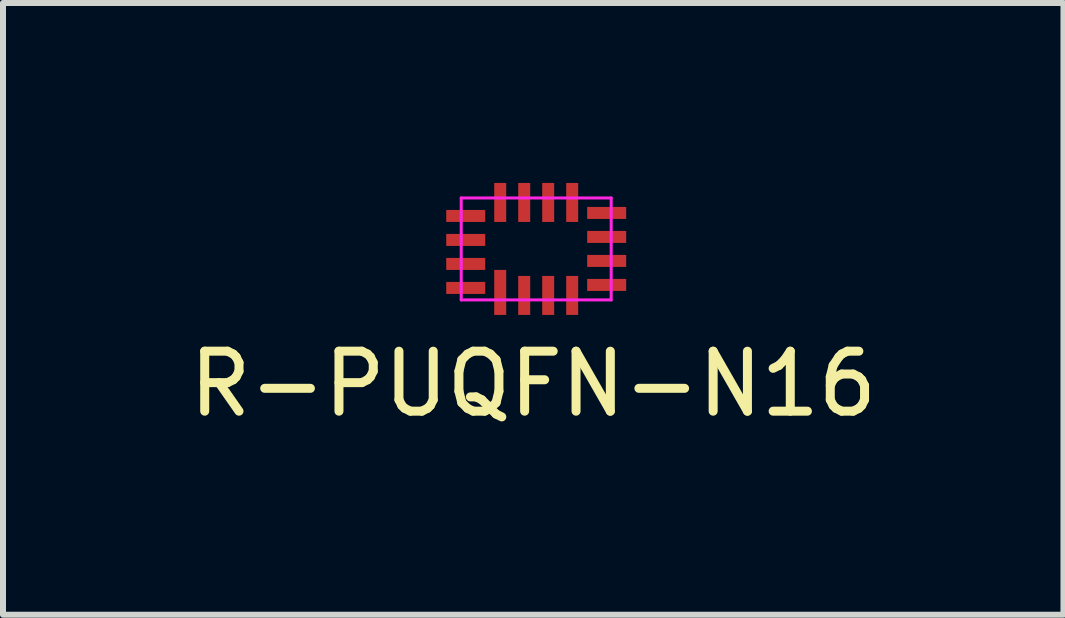
<source format=kicad_pcb>
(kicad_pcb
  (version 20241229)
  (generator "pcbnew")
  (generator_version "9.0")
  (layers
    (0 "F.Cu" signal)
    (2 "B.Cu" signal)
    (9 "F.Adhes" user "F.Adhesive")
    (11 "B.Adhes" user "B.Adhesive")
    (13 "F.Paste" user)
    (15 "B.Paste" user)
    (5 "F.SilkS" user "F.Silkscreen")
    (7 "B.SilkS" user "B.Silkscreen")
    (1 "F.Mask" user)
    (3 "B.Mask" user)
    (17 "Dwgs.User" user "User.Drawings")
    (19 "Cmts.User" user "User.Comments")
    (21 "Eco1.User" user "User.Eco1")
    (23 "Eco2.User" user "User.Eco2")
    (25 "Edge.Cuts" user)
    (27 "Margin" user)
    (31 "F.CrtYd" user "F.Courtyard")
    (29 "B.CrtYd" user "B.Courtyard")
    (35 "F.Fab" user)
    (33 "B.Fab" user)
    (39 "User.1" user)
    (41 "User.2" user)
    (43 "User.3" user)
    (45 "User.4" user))
  (footprint "R-PUQFN-N16"
    (layer "F.Cu")
    (at 5.889 1.1)
    (property "Reference" "R-PUQFN-N16" (at -0.05 2.25 0) (layer "F.SilkS") (effects (font (size 1 1) (thickness 0.15))))
    (attr through_hole)
    (fp_line (start -1.25 -0.85) (end 1.25 -0.85) (stroke (width 0.05) (type solid)) (layer "F.CrtYd"))
    (fp_line (start -1.25 0.85) (end -1.25 -0.85) (stroke (width 0.05) (type solid)) (layer "F.CrtYd"))
    (fp_line (start 1.25 -0.85) (end 1.25 0.85) (stroke (width 0.05) (type solid)) (layer "F.CrtYd"))
    (fp_line (start 1.25 0.85) (end -1.25 0.85) (stroke (width 0.05) (type solid)) (layer "F.CrtYd"))
    (pad "1" smd rect (at -0.6 0.725) (size 0.2 0.75) (layers "F.Cu" "F.Mask" "F.Paste"))
    (pad "2" smd rect (at -0.2 0.775) (size 0.2 0.65) (layers "F.Cu" "F.Mask" "F.Paste"))
    (pad "3" smd rect (at 0.2 0.775) (size 0.2 0.65) (layers "F.Cu" "F.Mask" "F.Paste"))
    (pad "4" smd rect (at 0.6 0.775) (size 0.2 0.65) (layers "F.Cu" "F.Mask" "F.Paste"))
    (pad "5" smd rect (at 1.175 0.6 90) (size 0.2 0.65) (layers "F.Cu" "F.Mask" "F.Paste"))
    (pad "6" smd rect (at 1.175 0.2 90) (size 0.2 0.65) (layers "F.Cu" "F.Mask" "F.Paste"))
    (pad "7" smd rect (at 1.175 -0.2 90) (size 0.2 0.65) (layers "F.Cu" "F.Mask" "F.Paste"))
    (pad "8" smd rect (at 1.175 -0.6 90) (size 0.2 0.65) (layers "F.Cu" "F.Mask" "F.Paste"))
    (pad "9" smd rect (at 0.6 -0.775) (size 0.2 0.65) (layers "F.Cu" "F.Mask" "F.Paste"))
    (pad "10" smd rect (at 0.2 -0.775) (size 0.2 0.65) (layers "F.Cu" "F.Mask" "F.Paste"))
    (pad "11" smd rect (at -0.2 -0.775) (size 0.2 0.65) (layers "F.Cu" "F.Mask" "F.Paste"))
    (pad "12" smd rect (at -0.6 -0.775) (size 0.2 0.65) (layers "F.Cu" "F.Mask" "F.Paste"))
    (pad "13" smd rect (at -1.175 -0.55 90) (size 0.2 0.65) (layers "F.Cu" "F.Mask" "F.Paste"))
    (pad "14" smd rect (at -1.175 -0.15 90) (size 0.2 0.65) (layers "F.Cu" "F.Mask" "F.Paste"))
    (pad "15" smd rect (at -1.175 0.25 90) (size 0.2 0.65) (layers "F.Cu" "F.Mask" "F.Paste"))
    (pad "16" smd rect (at -1.175 0.65 90) (size 0.2 0.65) (layers "F.Cu" "F.Mask" "F.Paste")))
  (gr_rect
    (start -3 -3)
    (end 14.679 7.198)
    (stroke (width 0.1) (type default))
    (fill no)
    (layer "Edge.Cuts")))
</source>
